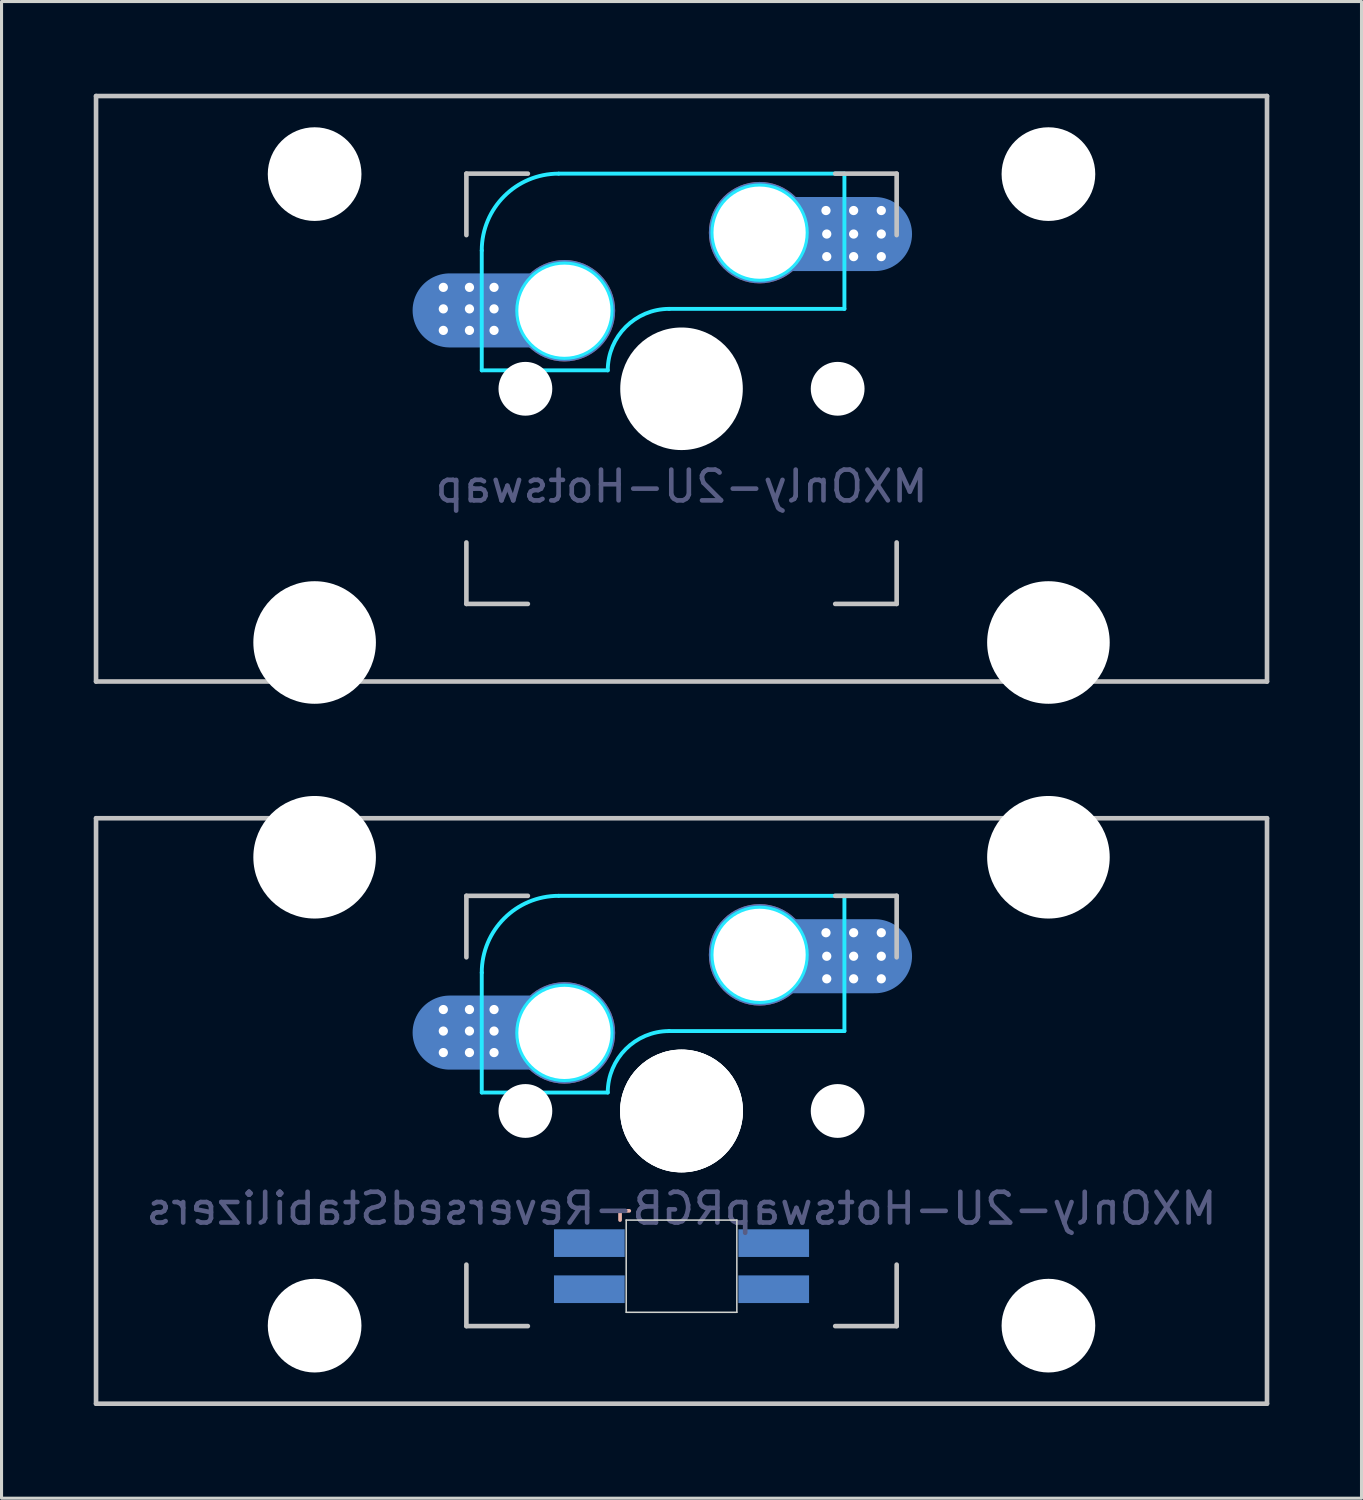
<source format=kicad_pcb>
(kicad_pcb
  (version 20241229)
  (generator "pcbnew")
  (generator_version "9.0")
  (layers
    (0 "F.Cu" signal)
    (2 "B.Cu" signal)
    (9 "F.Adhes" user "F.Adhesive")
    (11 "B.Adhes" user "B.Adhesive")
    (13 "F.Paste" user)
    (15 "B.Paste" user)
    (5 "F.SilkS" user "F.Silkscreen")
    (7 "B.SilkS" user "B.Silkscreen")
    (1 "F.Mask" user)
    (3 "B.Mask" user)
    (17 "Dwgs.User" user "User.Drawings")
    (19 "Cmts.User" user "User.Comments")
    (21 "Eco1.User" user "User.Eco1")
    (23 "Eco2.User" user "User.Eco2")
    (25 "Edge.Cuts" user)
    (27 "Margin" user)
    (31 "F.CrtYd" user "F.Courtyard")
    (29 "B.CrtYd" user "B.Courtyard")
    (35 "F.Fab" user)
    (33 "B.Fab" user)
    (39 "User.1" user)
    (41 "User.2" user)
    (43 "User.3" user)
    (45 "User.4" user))
  (footprint "MXOnly-2U-Hotswap"
    (layer "F.Cu")
    (at 19.125 9.6)
    (property "Reference" "MXOnly-2U-Hotswap" (at 0 3.175 0) (layer "B.Fab") (effects (font (size 1 1) (thickness 0.15)) (justify mirror)))
    (attr smd)
    (fp_line (start -19.05 -9.525) (end 19.05 -9.525) (stroke (width 0.15) (type solid)) (layer "Dwgs.User"))
    (fp_line (start -19.05 9.525) (end -19.05 -9.525) (stroke (width 0.15) (type solid)) (layer "Dwgs.User"))
    (fp_line (start -7 -7) (end -7 -5) (stroke (width 0.15) (type solid)) (layer "Dwgs.User"))
    (fp_line (start -7 5) (end -7 7) (stroke (width 0.15) (type solid)) (layer "Dwgs.User"))
    (fp_line (start -7 7) (end -5 7) (stroke (width 0.15) (type solid)) (layer "Dwgs.User"))
    (fp_line (start -5 -7) (end -7 -7) (stroke (width 0.15) (type solid)) (layer "Dwgs.User"))
    (fp_line (start 5 -7) (end 7 -7) (stroke (width 0.15) (type solid)) (layer "Dwgs.User"))
    (fp_line (start 5 7) (end 7 7) (stroke (width 0.15) (type solid)) (layer "Dwgs.User"))
    (fp_line (start 7 -5) (end 7 -7) (stroke (width 0.15) (type solid)) (layer "Dwgs.User"))
    (fp_line (start 7 7) (end 7 5) (stroke (width 0.15) (type solid)) (layer "Dwgs.User"))
    (fp_line (start 19.05 -9.525) (end 19.05 9.525) (stroke (width 0.15) (type solid)) (layer "Dwgs.User"))
    (fp_line (start 19.05 9.525) (end -19.05 9.525) (stroke (width 0.15) (type solid)) (layer "Dwgs.User"))
    (fp_line (start -6.5 -4.5) (end -6.5 -0.6) (stroke (width 0.127) (type solid)) (layer "B.CrtYd"))
    (fp_line (start -6.5 -0.6) (end -2.4 -0.6) (stroke (width 0.127) (type solid)) (layer "B.CrtYd"))
    (fp_line (start -0.4 -2.6) (end 5.3 -2.6) (stroke (width 0.127) (type solid)) (layer "B.CrtYd"))
    (fp_line (start 5.3 -7) (end -4 -7) (stroke (width 0.127) (type solid)) (layer "B.CrtYd"))
    (fp_line (start 5.3 -7) (end 5.3 -2.6) (stroke (width 0.127) (type solid)) (layer "B.CrtYd"))
    (fp_arc (start -6.5 -4.5) (mid -5.767767 -6.267767) (end -4 -7) (stroke (width 0.127) (type solid)) (layer "B.CrtYd"))
    (fp_arc (start -2.4 -0.6) (mid -1.814214 -2.014214) (end -0.4 -2.6) (stroke (width 0.127) (type solid)) (layer "B.CrtYd"))
    (fp_circle (center -3.81 -2.54) (end -2.286 -2.54) (stroke (width 0.15) (type solid)) (fill no) (layer "B.CrtYd"))
    (fp_circle (center 2.54 -5.08) (end 2.54 -6.604) (stroke (width 0.15) (type solid)) (fill no) (layer "B.CrtYd"))
    (pad "" np_thru_hole circle (at -11.938 -6.985) (size 3.048 3.048) (drill 3.048) (layers "*.Cu" "*.Mask"))
    (pad "" np_thru_hole circle (at -11.938 8.255) (size 3.988 3.988) (drill 3.988) (layers "*.Cu" "*.Mask"))
    (pad "" np_thru_hole circle (at -5.08 0 48.1) (size 1.75 1.75) (drill 1.75) (layers "*.Cu" "*.Mask"))
    (pad "" np_thru_hole circle (at 0 0) (size 3.988 3.988) (drill 3.988) (layers "*.Cu" "*.Mask"))
    (pad "" np_thru_hole circle (at 5.08 0 48.1) (size 1.75 1.75) (drill 1.75) (layers "*.Cu" "*.Mask"))
    (pad "" np_thru_hole circle (at 11.938 -6.985) (size 3.048 3.048) (drill 3.048) (layers "*.Cu" "*.Mask"))
    (pad "" np_thru_hole circle (at 11.938 8.255) (size 3.988 3.988) (drill 3.988) (layers "*.Cu" "*.Mask"))
    (pad "1" thru_hole circle (at 2.54 -5.08) (size 3.3 3.3) (drill 3) (layers "*.Cu" "B.Mask"))
    (pad "1" thru_hole circle (at 4.7 -5.8) (size 0.4 0.4) (drill 0.3) (layers "*.Cu" "B.Mask"))
    (pad "1" thru_hole circle (at 4.725 -5.035) (size 0.4 0.4) (drill 0.3) (layers "*.Cu" "B.Mask"))
    (pad "1" thru_hole circle (at 4.725 -4.3) (size 0.4 0.4) (drill 0.3) (layers "*.Cu" "B.Mask"))
    (pad "1" smd oval (at 4.75 -5.035) (size 5.5 2.41) (layers "B.Cu" "B.Mask" "B.Paste"))
    (pad "1" thru_hole circle (at 5.6 -5.8) (size 0.4 0.4) (drill 0.3) (layers "*.Cu" "B.Mask"))
    (pad "1" thru_hole circle (at 5.6 -5.035) (size 0.4 0.4) (drill 0.3) (layers "*.Cu" "B.Mask"))
    (pad "1" thru_hole circle (at 5.6 -4.3) (size 0.4 0.4) (drill 0.3) (layers "*.Cu" "B.Mask"))
    (pad "1" thru_hole circle (at 6.5 -5.8) (size 0.4 0.4) (drill 0.3) (layers "*.Cu" "B.Mask"))
    (pad "1" thru_hole circle (at 6.5 -5.035) (size 0.4 0.4) (drill 0.3) (layers "*.Cu" "B.Mask"))
    (pad "1" thru_hole circle (at 6.5 -4.3) (size 0.4 0.4) (drill 0.3) (layers "*.Cu" "B.Mask"))
    (pad "2" thru_hole circle (at -7.75 -3.3) (size 0.4 0.4) (drill 0.3) (layers "*.Cu" "B.Mask"))
    (pad "2" thru_hole circle (at -7.75 -2.6) (size 0.4 0.4) (drill 0.3) (layers "*.Cu" "B.Mask"))
    (pad "2" thru_hole circle (at -7.75 -1.9) (size 0.4 0.4) (drill 0.3) (layers "*.Cu" "B.Mask"))
    (pad "2" thru_hole circle (at -6.9 -3.3) (size 0.4 0.4) (drill 0.3) (layers "*.Cu" "B.Mask"))
    (pad "2" thru_hole circle (at -6.9 -2.6) (size 0.4 0.4) (drill 0.3) (layers "*.Cu" "B.Mask"))
    (pad "2" thru_hole circle (at -6.9 -1.9) (size 0.4 0.4) (drill 0.3) (layers "*.Cu" "B.Mask"))
    (pad "2" thru_hole circle (at -6.1 -3.3) (size 0.4 0.4) (drill 0.3) (layers "*.Cu" "B.Mask"))
    (pad "2" thru_hole circle (at -6.1 -2.6) (size 0.4 0.4) (drill 0.3) (layers "*.Cu" "B.Mask"))
    (pad "2" thru_hole circle (at -6.1 -1.9) (size 0.4 0.4) (drill 0.3) (layers "*.Cu" "B.Mask"))
    (pad "2" smd oval (at -6 -2.55) (size 5.5 2.41) (layers "B.Cu" "B.Mask" "B.Paste"))
    (pad "2" thru_hole circle (at -3.81 -2.54) (size 3.3 3.3) (drill 3) (layers "*.Cu" "B.Mask")))
  (footprint "MXOnly-2U-HotswapRGB-ReversedStabilizers"
    (layer "F.Cu")
    (at 19.125 33.098)
    (property "Reference" "MXOnly-2U-HotswapRGB-ReversedStabilizers" (at 0 3.175 0) (layer "B.Fab") (effects (font (size 1 1) (thickness 0.15)) (justify mirror)))
    (attr smd)
    (fp_line (start -2 3.25) (end -2 3.55) (stroke (width 0.12) (type solid)) (layer "B.SilkS"))
    (fp_line (start -1.7 3.25) (end -2 3.25) (stroke (width 0.12) (type solid)) (layer "B.SilkS"))
    (fp_line (start -19.05 -9.525) (end 19.05 -9.525) (stroke (width 0.15) (type solid)) (layer "Dwgs.User"))
    (fp_line (start -19.05 9.525) (end -19.05 -9.525) (stroke (width 0.15) (type solid)) (layer "Dwgs.User"))
    (fp_line (start -7 -7) (end -7 -5) (stroke (width 0.15) (type solid)) (layer "Dwgs.User"))
    (fp_line (start -7 5) (end -7 7) (stroke (width 0.15) (type solid)) (layer "Dwgs.User"))
    (fp_line (start -7 7) (end -5 7) (stroke (width 0.15) (type solid)) (layer "Dwgs.User"))
    (fp_line (start -5 -7) (end -7 -7) (stroke (width 0.15) (type solid)) (layer "Dwgs.User"))
    (fp_line (start 5 -7) (end 7 -7) (stroke (width 0.15) (type solid)) (layer "Dwgs.User"))
    (fp_line (start 5 7) (end 7 7) (stroke (width 0.15) (type solid)) (layer "Dwgs.User"))
    (fp_line (start 7 -5) (end 7 -7) (stroke (width 0.15) (type solid)) (layer "Dwgs.User"))
    (fp_line (start 7 7) (end 7 5) (stroke (width 0.15) (type solid)) (layer "Dwgs.User"))
    (fp_line (start 19.05 -9.525) (end 19.05 9.525) (stroke (width 0.15) (type solid)) (layer "Dwgs.User"))
    (fp_line (start 19.05 9.525) (end -19.05 9.525) (stroke (width 0.15) (type solid)) (layer "Dwgs.User"))
    (fp_line (start -1.8 3.55) (end -1.8 6.55) (stroke (width 0.05) (type default)) (layer "Edge.Cuts"))
    (fp_line (start -1.8 3.55) (end 1.8 3.55) (stroke (width 0.05) (type solid)) (layer "Edge.Cuts"))
    (fp_line (start 1.8 3.55) (end 1.8 6.55) (stroke (width 0.05) (type default)) (layer "Edge.Cuts"))
    (fp_line (start 1.8 6.55) (end -1.8 6.55) (stroke (width 0.05) (type solid)) (layer "Edge.Cuts"))
    (fp_line (start -6.5 -4.5) (end -6.5 -0.6) (stroke (width 0.127) (type solid)) (layer "B.CrtYd"))
    (fp_line (start -6.5 -0.6) (end -2.4 -0.6) (stroke (width 0.127) (type solid)) (layer "B.CrtYd"))
    (fp_line (start -0.4 -2.6) (end 5.3 -2.6) (stroke (width 0.127) (type solid)) (layer "B.CrtYd"))
    (fp_line (start 5.3 -7) (end -4 -7) (stroke (width 0.127) (type solid)) (layer "B.CrtYd"))
    (fp_line (start 5.3 -7) (end 5.3 -2.6) (stroke (width 0.127) (type solid)) (layer "B.CrtYd"))
    (fp_arc (start -6.5 -4.5) (mid -5.767767 -6.267767) (end -4 -7) (stroke (width 0.127) (type solid)) (layer "B.CrtYd"))
    (fp_arc (start -2.4 -0.6) (mid -1.814214 -2.014214) (end -0.4 -2.6) (stroke (width 0.127) (type solid)) (layer "B.CrtYd"))
    (fp_circle (center -3.81 -2.54) (end -2.286 -2.54) (stroke (width 0.15) (type solid)) (fill no) (layer "B.CrtYd"))
    (fp_circle (center 2.54 -5.08) (end 2.54 -6.604) (stroke (width 0.15) (type solid)) (fill no) (layer "B.CrtYd"))
    (pad "" np_thru_hole circle (at -11.938 -8.255) (size 3.988 3.988) (drill 3.988) (layers "*.Cu" "*.Mask"))
    (pad "" np_thru_hole circle (at -11.938 6.985) (size 3.048 3.048) (drill 3.048) (layers "*.Cu" "*.Mask"))
    (pad "" np_thru_hole circle (at -5.08 0 48.1) (size 1.75 1.75) (drill 1.75) (layers "*.Cu" "*.Mask"))
    (pad "" np_thru_hole circle (at 0 0) (size 3.988 3.988) (drill 3.988) (layers "*.Cu" "*.Mask"))
    (pad "" np_thru_hole circle (at 0 0) (size 3.988 3.988) (drill 3.988) (layers "*.Cu" "*.Mask"))
    (pad "" np_thru_hole circle (at 0 0) (size 4 4) (drill 4) (layers "*.Cu" "*.Mask"))
    (pad "" np_thru_hole circle (at 5.08 0 48.1) (size 1.75 1.75) (drill 1.75) (layers "*.Cu" "*.Mask"))
    (pad "" np_thru_hole circle (at 11.938 -8.255) (size 3.988 3.988) (drill 3.988) (layers "*.Cu" "*.Mask"))
    (pad "" np_thru_hole circle (at 11.938 6.985) (size 3.048 3.048) (drill 3.048) (layers "*.Cu" "*.Mask"))
    (pad "1" thru_hole circle (at 2.54 -5.08) (size 3.3 3.3) (drill 3) (layers "*.Cu" "B.Mask"))
    (pad "1" thru_hole circle (at 4.7 -5.8) (size 0.4 0.4) (drill 0.3) (layers "*.Cu" "B.Mask"))
    (pad "1" thru_hole circle (at 4.725 -5.035) (size 0.4 0.4) (drill 0.3) (layers "*.Cu" "B.Mask"))
    (pad "1" thru_hole circle (at 4.725 -4.3) (size 0.4 0.4) (drill 0.3) (layers "*.Cu" "B.Mask"))
    (pad "1" smd oval (at 4.75 -5.035) (size 5.5 2.41) (layers "B.Cu" "B.Mask" "B.Paste"))
    (pad "1" thru_hole circle (at 5.6 -5.8) (size 0.4 0.4) (drill 0.3) (layers "*.Cu" "B.Mask"))
    (pad "1" thru_hole circle (at 5.6 -5.035) (size 0.4 0.4) (drill 0.3) (layers "*.Cu" "B.Mask"))
    (pad "1" thru_hole circle (at 5.6 -4.3) (size 0.4 0.4) (drill 0.3) (layers "*.Cu" "B.Mask"))
    (pad "1" thru_hole circle (at 6.5 -5.8) (size 0.4 0.4) (drill 0.3) (layers "*.Cu" "B.Mask"))
    (pad "1" thru_hole circle (at 6.5 -5.035) (size 0.4 0.4) (drill 0.3) (layers "*.Cu" "B.Mask"))
    (pad "1" thru_hole circle (at 6.5 -4.3) (size 0.4 0.4) (drill 0.3) (layers "*.Cu" "B.Mask"))
    (pad "2" thru_hole circle (at -7.75 -3.3) (size 0.4 0.4) (drill 0.3) (layers "*.Cu" "B.Mask"))
    (pad "2" thru_hole circle (at -7.75 -2.6) (size 0.4 0.4) (drill 0.3) (layers "*.Cu" "B.Mask"))
    (pad "2" thru_hole circle (at -7.75 -1.9) (size 0.4 0.4) (drill 0.3) (layers "*.Cu" "B.Mask"))
    (pad "2" thru_hole circle (at -6.9 -3.3) (size 0.4 0.4) (drill 0.3) (layers "*.Cu" "B.Mask"))
    (pad "2" thru_hole circle (at -6.9 -2.6) (size 0.4 0.4) (drill 0.3) (layers "*.Cu" "B.Mask"))
    (pad "2" thru_hole circle (at -6.9 -1.9) (size 0.4 0.4) (drill 0.3) (layers "*.Cu" "B.Mask"))
    (pad "2" thru_hole circle (at -6.1 -3.3) (size 0.4 0.4) (drill 0.3) (layers "*.Cu" "B.Mask"))
    (pad "2" thru_hole circle (at -6.1 -2.6) (size 0.4 0.4) (drill 0.3) (layers "*.Cu" "B.Mask"))
    (pad "2" thru_hole circle (at -6.1 -1.9) (size 0.4 0.4) (drill 0.3) (layers "*.Cu" "B.Mask"))
    (pad "2" smd oval (at -6 -2.55) (size 5.5 2.41) (layers "B.Cu" "B.Mask" "B.Paste"))
    (pad "2" thru_hole circle (at -3.81 -2.54) (size 3.3 3.3) (drill 3) (layers "*.Cu" "B.Mask"))
    (pad "3" smd rect (at -3 4.3) (size 2.3 0.9) (layers "B.Cu" "B.Mask" "B.Paste"))
    (pad "4" smd rect (at -3 5.8) (size 2.3 0.9) (layers "B.Cu" "B.Mask" "B.Paste"))
    (pad "5" smd rect (at 3 4.3) (size 2.3 0.9) (layers "B.Cu" "B.Mask" "B.Paste"))
    (pad "6" smd rect (at 3 5.8) (size 2.3 0.9) (layers "B.Cu" "B.Mask" "B.Paste")))
  (gr_rect
    (start -3 -3)
    (end 41.25 45.698)
    (stroke (width 0.1) (type default))
    (fill no)
    (layer "Edge.Cuts")))
</source>
